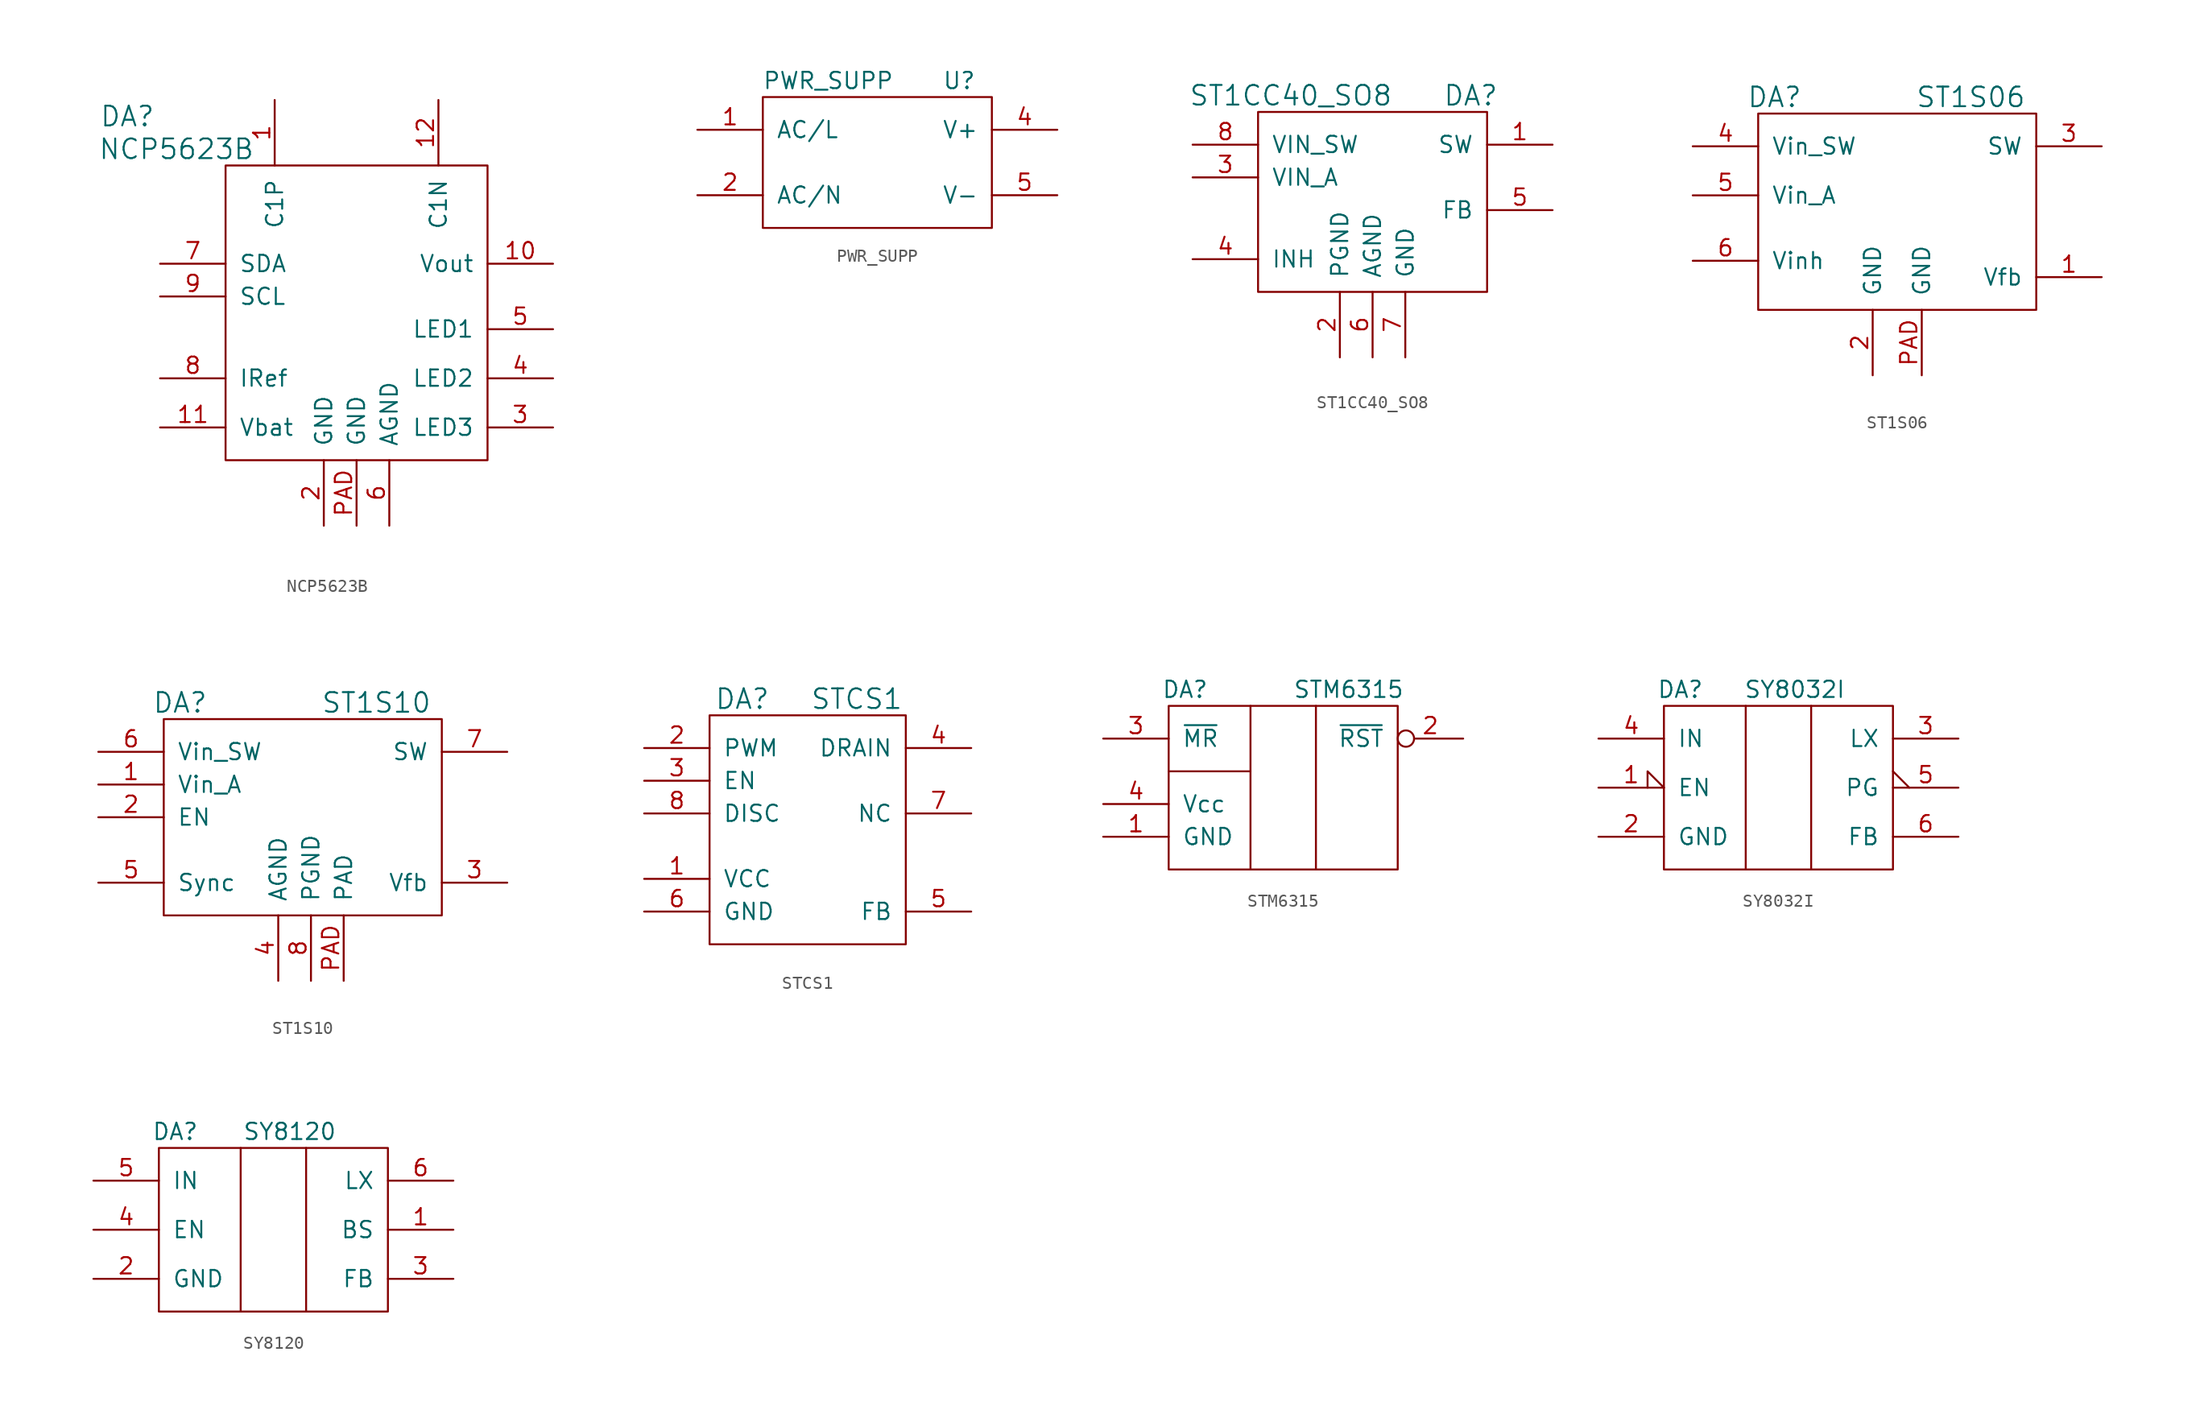
<source format=kicad_sym>
(kicad_symbol_lib
  (version 20231120)
  (generator "kicad_symbol_editor")
  (generator_version "8.0")
  (symbol "NCP5623B"
    (pin_names
      (offset 1.016))
    (property "Reference" "DA"
      (at -17.78 13.97 0)
      (effects (font (size 1.524 1.524))))
    (property "Value" "NCP5623B"
      (at -13.97 11.43 0)
      (effects (font (size 1.524 1.524))))
    (property "Footprint" ""
      (at 0 0 0)
      (effects (font (size 1.524 1.524))))
    (property "Datasheet" ""
      (at 0 0 0)
      (effects (font (size 1.524 1.524))))
    (symbol "NCP5623B_0_1"
      (rectangle (start -10.16 -12.7) (end 10.16 10.16) (stroke (width 0) (type default)) (fill (type none))))
    (symbol "NCP5623B_1_1"
      (pin passive line (at -6.35 15.24 270) (length 5.08) (name "C1P" (effects (font (size 1.27 1.27)))) (number "1" (effects (font (size 1.27 1.27)))))
      (pin passive line (at 15.24 2.54 180) (length 5.08) (name "Vout" (effects (font (size 1.27 1.27)))) (number "10" (effects (font (size 1.27 1.27)))))
      (pin power_in line (at -15.24 -10.16 0) (length 5.08) (name "Vbat" (effects (font (size 1.27 1.27)))) (number "11" (effects (font (size 1.27 1.27)))))
      (pin passive line (at 6.35 15.24 270) (length 5.08) (name "C1N" (effects (font (size 1.27 1.27)))) (number "12" (effects (font (size 1.27 1.27)))))
      (pin power_in line (at -2.54 -17.78 90) (length 5.08) (name "GND" (effects (font (size 1.27 1.27)))) (number "2" (effects (font (size 1.27 1.27)))))
      (pin passive line (at 15.24 -10.16 180) (length 5.08) (name "LED3" (effects (font (size 1.27 1.27)))) (number "3" (effects (font (size 1.27 1.27)))))
      (pin passive line (at 15.24 -6.35 180) (length 5.08) (name "LED2" (effects (font (size 1.27 1.27)))) (number "4" (effects (font (size 1.27 1.27)))))
      (pin passive line (at 15.24 -2.54 180) (length 5.08) (name "LED1" (effects (font (size 1.27 1.27)))) (number "5" (effects (font (size 1.27 1.27)))))
      (pin power_in line (at 2.54 -17.78 90) (length 5.08) (name "AGND" (effects (font (size 1.27 1.27)))) (number "6" (effects (font (size 1.27 1.27)))))
      (pin passive line (at -15.24 2.54 0) (length 5.08) (name "SDA" (effects (font (size 1.27 1.27)))) (number "7" (effects (font (size 1.27 1.27)))))
      (pin passive line (at -15.24 -6.35 0) (length 5.08) (name "IRef" (effects (font (size 1.27 1.27)))) (number "8" (effects (font (size 1.27 1.27)))))
      (pin passive line (at -15.24 0 0) (length 5.08) (name "SCL" (effects (font (size 1.27 1.27)))) (number "9" (effects (font (size 1.27 1.27)))))
      (pin power_in line (at 0 -17.78 90) (length 5.08) (name "GND" (effects (font (size 1.27 1.27)))) (number "PAD" (effects (font (size 1.27 1.27)))))))
  (symbol "PWR_SUPP"
    (pin_names
      (offset 1.016))
    (property "Reference" "U"
      (at 6.35 6.35 0)
      (effects (font (size 1.27 1.27))))
    (property "Value" "PWR_SUPP"
      (at -3.81 6.35 0)
      (effects (font (size 1.27 1.27))))
    (symbol "PWR_SUPP_0_1"
      (rectangle (start -8.89 5.08) (end 8.89 -5.08) (stroke (width 0) (type default)) (fill (type none))))
    (symbol "PWR_SUPP_1_1"
      (pin passive line (at -13.97 2.54 0) (length 5.08) (name "AC/L" (effects (font (size 1.27 1.27)))) (number "1" (effects (font (size 1.27 1.27)))))
      (pin passive line (at -13.97 -2.54 0) (length 5.08) (name "AC/N" (effects (font (size 1.27 1.27)))) (number "2" (effects (font (size 1.27 1.27)))))
      (pin power_out line (at 13.97 2.54 180) (length 5.08) (name "V+" (effects (font (size 1.27 1.27)))) (number "4" (effects (font (size 1.27 1.27)))))
      (pin power_out line (at 13.97 -2.54 180) (length 5.08) (name "V-" (effects (font (size 1.27 1.27)))) (number "5" (effects (font (size 1.27 1.27)))))))
  (symbol "ST1CC40_SO8"
    (pin_names
      (offset 1.016))
    (property "Reference" "DA"
      (at 7.62 8.89 0)
      (effects (font (size 1.524 1.524))))
    (property "Value" "ST1CC40_SO8"
      (at -6.35 8.89 0)
      (effects (font (size 1.524 1.524))))
    (symbol "ST1CC40_SO8_0_1"
      (rectangle (start -8.89 7.62) (end 8.89 -6.35) (stroke (width 0) (type default)) (fill (type none))))
    (symbol "ST1CC40_SO8_1_1"
      (pin passive line (at 13.97 5.08 180) (length 5.08) (name "SW" (effects (font (size 1.27 1.27)))) (number "1" (effects (font (size 1.27 1.27)))))
      (pin power_in line (at -2.54 -11.43 90) (length 5.08) (name "PGND" (effects (font (size 1.27 1.27)))) (number "2" (effects (font (size 1.27 1.27)))))
      (pin power_in line (at -13.97 2.54 0) (length 5.08) (name "VIN_A" (effects (font (size 1.27 1.27)))) (number "3" (effects (font (size 1.27 1.27)))))
      (pin passive line (at -13.97 -3.81 0) (length 5.08) (name "INH" (effects (font (size 1.27 1.27)))) (number "4" (effects (font (size 1.27 1.27)))))
      (pin passive line (at 13.97 0 180) (length 5.08) (name "FB" (effects (font (size 1.27 1.27)))) (number "5" (effects (font (size 1.27 1.27)))))
      (pin power_in line (at 0 -11.43 90) (length 5.08) (name "AGND" (effects (font (size 1.27 1.27)))) (number "6" (effects (font (size 1.27 1.27)))))
      (pin power_in line (at 2.54 -11.43 90) (length 5.08) (name "GND" (effects (font (size 1.27 1.27)))) (number "7" (effects (font (size 1.27 1.27)))))
      (pin power_in line (at -13.97 5.08 0) (length 5.08) (name "VIN_SW" (effects (font (size 1.27 1.27)))) (number "8" (effects (font (size 1.27 1.27)))))))
  (symbol "ST1S06"
    (pin_names
      (offset 1.016))
    (property "Reference" "DA"
      (at -10.16 8.89 0)
      (effects (font (size 1.524 1.524))))
    (property "Value" "ST1S06"
      (at 5.08 8.89 0)
      (effects (font (size 1.524 1.524))))
    (property "Datasheet" ""
      (at -10.16 8.89 0)
      (effects (font (size 1.524 1.524))))
    (symbol "ST1S06_0_1"
      (rectangle (start -11.43 7.62) (end 10.16 -7.62) (stroke (width 0) (type default)) (fill (type none))))
    (symbol "ST1S06_1_1"
      (pin passive line (at 15.24 -5.08 180) (length 5.08) (name "Vfb" (effects (font (size 1.27 1.27)))) (number "1" (effects (font (size 1.27 1.27)))))
      (pin power_in line (at -2.54 -12.7 90) (length 5.08) (name "GND" (effects (font (size 1.27 1.27)))) (number "2" (effects (font (size 1.27 1.27)))))
      (pin passive line (at 15.24 5.08 180) (length 5.08) (name "SW" (effects (font (size 1.27 1.27)))) (number "3" (effects (font (size 1.27 1.27)))))
      (pin power_in line (at -16.51 5.08 0) (length 5.08) (name "Vin_SW" (effects (font (size 1.27 1.27)))) (number "4" (effects (font (size 1.27 1.27)))))
      (pin power_in line (at -16.51 1.27 0) (length 5.08) (name "Vin_A" (effects (font (size 1.27 1.27)))) (number "5" (effects (font (size 1.27 1.27)))))
      (pin passive line (at -16.51 -3.81 0) (length 5.08) (name "Vinh" (effects (font (size 1.27 1.27)))) (number "6" (effects (font (size 1.27 1.27)))))
      (pin power_in line (at 1.27 -12.7 90) (length 5.08) (name "GND" (effects (font (size 1.27 1.27)))) (number "PAD" (effects (font (size 1.27 1.27)))))))
  (symbol "ST1S10"
    (pin_names
      (offset 1.016))
    (property "Reference" "DA"
      (at -10.16 8.89 0)
      (effects (font (size 1.524 1.524))))
    (property "Value" "ST1S10"
      (at 5.08 8.89 0)
      (effects (font (size 1.524 1.524))))
    (property "Datasheet" ""
      (at -10.16 8.89 0)
      (effects (font (size 1.524 1.524))))
    (symbol "ST1S10_0_1"
      (rectangle (start -11.43 7.62) (end 10.16 -7.62) (stroke (width 0) (type default)) (fill (type none))))
    (symbol "ST1S10_1_1"
      (pin power_in line (at -16.51 2.54 0) (length 5.08) (name "Vin_A" (effects (font (size 1.27 1.27)))) (number "1" (effects (font (size 1.27 1.27)))))
      (pin passive line (at -16.51 0 0) (length 5.08) (name "EN" (effects (font (size 1.27 1.27)))) (number "2" (effects (font (size 1.27 1.27)))))
      (pin passive line (at 15.24 -5.08 180) (length 5.08) (name "Vfb" (effects (font (size 1.27 1.27)))) (number "3" (effects (font (size 1.27 1.27)))))
      (pin power_in line (at -2.54 -12.7 90) (length 5.08) (name "AGND" (effects (font (size 1.27 1.27)))) (number "4" (effects (font (size 1.27 1.27)))))
      (pin passive line (at -16.51 -5.08 0) (length 5.08) (name "Sync" (effects (font (size 1.27 1.27)))) (number "5" (effects (font (size 1.27 1.27)))))
      (pin power_in line (at -16.51 5.08 0) (length 5.08) (name "Vin_SW" (effects (font (size 1.27 1.27)))) (number "6" (effects (font (size 1.27 1.27)))))
      (pin passive line (at 15.24 5.08 180) (length 5.08) (name "SW" (effects (font (size 1.27 1.27)))) (number "7" (effects (font (size 1.27 1.27)))))
      (pin power_in line (at 0 -12.7 90) (length 5.08) (name "PGND" (effects (font (size 1.27 1.27)))) (number "8" (effects (font (size 1.27 1.27)))))
      (pin power_in line (at 2.54 -12.7 90) (length 5.08) (name "PAD" (effects (font (size 1.27 1.27)))) (number "PAD" (effects (font (size 1.27 1.27)))))))
  (symbol "STCS1"
    (pin_names
      (offset 1.016))
    (property "Reference" "DA"
      (at -5.08 10.16 0)
      (effects (font (size 1.524 1.524))))
    (property "Value" "STCS1"
      (at 3.81 10.16 0)
      (effects (font (size 1.524 1.524))))
    (property "Footprint" ""
      (at 0 0 0)
      (effects (font (size 1.524 1.524))))
    (property "Datasheet" ""
      (at 0 0 0)
      (effects (font (size 1.524 1.524))))
    (symbol "STCS1_0_1"
      (rectangle (start -7.62 8.89) (end 7.62 -8.89) (stroke (width 0) (type default)) (fill (type none))))
    (symbol "STCS1_1_1"
      (pin power_in line (at -12.7 -3.81 0) (length 5.08) (name "VCC" (effects (font (size 1.27 1.27)))) (number "1" (effects (font (size 1.27 1.27)))))
      (pin passive line (at -12.7 6.35 0) (length 5.08) (name "PWM" (effects (font (size 1.27 1.27)))) (number "2" (effects (font (size 1.27 1.27)))))
      (pin passive line (at -12.7 3.81 0) (length 5.08) (name "EN" (effects (font (size 1.27 1.27)))) (number "3" (effects (font (size 1.27 1.27)))))
      (pin passive line (at 12.7 6.35 180) (length 5.08) (name "DRAIN" (effects (font (size 1.27 1.27)))) (number "4" (effects (font (size 1.27 1.27)))))
      (pin passive line (at 12.7 -6.35 180) (length 5.08) (name "FB" (effects (font (size 1.27 1.27)))) (number "5" (effects (font (size 1.27 1.27)))))
      (pin power_in line (at -12.7 -6.35 0) (length 5.08) (name "GND" (effects (font (size 1.27 1.27)))) (number "6" (effects (font (size 1.27 1.27)))))
      (pin passive line (at 12.7 1.27 180) (length 5.08) (name "NC" (effects (font (size 1.27 1.27)))) (number "7" (effects (font (size 1.27 1.27)))))
      (pin passive line (at -12.7 1.27 0) (length 5.08) (name "DISC" (effects (font (size 1.27 1.27)))) (number "8" (effects (font (size 1.27 1.27)))))))
  (symbol "STM6315"
    (pin_names
      (offset 1.016))
    (property "Reference" "DA"
      (at -7.62 7.62 0)
      (effects (font (size 1.27 1.27))))
    (property "Value" "STM6315"
      (at 5.08 7.62 0)
      (effects (font (size 1.27 1.27))))
    (symbol "STM6315_0_1"
      (rectangle (start -8.89 6.35) (end 8.89 -6.35) (stroke (width 0) (type default)) (fill (type none)))
      (polyline (pts (xy -8.89 1.27) (xy -2.54 1.27)) (stroke (width 0) (type default)) (fill (type none)))
      (polyline (pts (xy -2.54 -6.35) (xy -2.54 6.35)) (stroke (width 0) (type default)) (fill (type none)))
      (polyline (pts (xy 2.54 6.35) (xy 2.54 -6.35)) (stroke (width 0) (type default)) (fill (type none))))
    (symbol "STM6315_1_1"
      (pin power_in line (at -13.97 -3.81 0) (length 5.08) (name "GND" (effects (font (size 1.27 1.27)))) (number "1" (effects (font (size 1.27 1.27)))))
      (pin passive inverted (at 13.97 3.81 180) (length 5.08) (name "~{RST}" (effects (font (size 1.27 1.27)))) (number "2" (effects (font (size 1.27 1.27)))))
      (pin passive line (at -13.97 3.81 0) (length 5.08) (name "~{MR}" (effects (font (size 1.27 1.27)))) (number "3" (effects (font (size 1.27 1.27)))))
      (pin power_in line (at -13.97 -1.27 0) (length 5.08) (name "Vcc" (effects (font (size 1.27 1.27)))) (number "4" (effects (font (size 1.27 1.27)))))))
  (symbol "SY8032I"
    (pin_names
      (offset 1.016))
    (property "Reference" "DA"
      (at -7.62 7.62 0)
      (effects (font (size 1.27 1.27))))
    (property "Value" "SY8032I"
      (at 1.27 7.62 0)
      (effects (font (size 1.27 1.27))))
    (symbol "SY8032I_0_1"
      (rectangle (start -8.89 6.35) (end 8.89 -6.35) (stroke (width 0) (type default)) (fill (type none)))
      (polyline (pts (xy -2.54 6.35) (xy -2.54 -6.35)) (stroke (width 0) (type default)) (fill (type none)))
      (polyline (pts (xy 2.54 6.35) (xy 2.54 -6.35)) (stroke (width 0) (type default)) (fill (type none))))
    (symbol "SY8032I_1_1"
      (pin passive input_low (at -13.97 0 0) (length 5.08) (name "EN" (effects (font (size 1.27 1.27)))) (number "1" (effects (font (size 1.27 1.27)))))
      (pin power_in line (at -13.97 -3.81 0) (length 5.08) (name "GND" (effects (font (size 1.27 1.27)))) (number "2" (effects (font (size 1.27 1.27)))))
      (pin passive line (at 13.97 3.81 180) (length 5.08) (name "LX" (effects (font (size 1.27 1.27)))) (number "3" (effects (font (size 1.27 1.27)))))
      (pin power_in line (at -13.97 3.81 0) (length 5.08) (name "IN" (effects (font (size 1.27 1.27)))) (number "4" (effects (font (size 1.27 1.27)))))
      (pin passive output_low (at 13.97 0 180) (length 5.08) (name "PG" (effects (font (size 1.27 1.27)))) (number "5" (effects (font (size 1.27 1.27)))))
      (pin passive line (at 13.97 -3.81 180) (length 5.08) (name "FB" (effects (font (size 1.27 1.27)))) (number "6" (effects (font (size 1.27 1.27)))))))
  (symbol "SY8120"
    (pin_names
      (offset 1.016))
    (property "Reference" "DA"
      (at -7.62 7.62 0)
      (effects (font (size 1.27 1.27))))
    (property "Value" "SY8120"
      (at 1.27 7.62 0)
      (effects (font (size 1.27 1.27))))
    (symbol "SY8120_0_1"
      (rectangle (start -8.89 6.35) (end 8.89 -6.35) (stroke (width 0) (type default)) (fill (type none)))
      (polyline (pts (xy -2.54 6.35) (xy -2.54 -6.35)) (stroke (width 0) (type default)) (fill (type none)))
      (polyline (pts (xy 2.54 6.35) (xy 2.54 -6.35)) (stroke (width 0) (type default)) (fill (type none))))
    (symbol "SY8120_1_1"
      (pin passive line (at 13.97 0 180) (length 5.08) (name "BS" (effects (font (size 1.27 1.27)))) (number "1" (effects (font (size 1.27 1.27)))))
      (pin power_in line (at -13.97 -3.81 0) (length 5.08) (name "GND" (effects (font (size 1.27 1.27)))) (number "2" (effects (font (size 1.27 1.27)))))
      (pin passive line (at 13.97 -3.81 180) (length 5.08) (name "FB" (effects (font (size 1.27 1.27)))) (number "3" (effects (font (size 1.27 1.27)))))
      (pin passive line (at -13.97 0 0) (length 5.08) (name "EN" (effects (font (size 1.27 1.27)))) (number "4" (effects (font (size 1.27 1.27)))))
      (pin power_in line (at -13.97 3.81 0) (length 5.08) (name "IN" (effects (font (size 1.27 1.27)))) (number "5" (effects (font (size 1.27 1.27)))))
      (pin passive line (at 13.97 3.81 180) (length 5.08) (name "LX" (effects (font (size 1.27 1.27)))) (number "6" (effects (font (size 1.27 1.27))))))))
</source>
